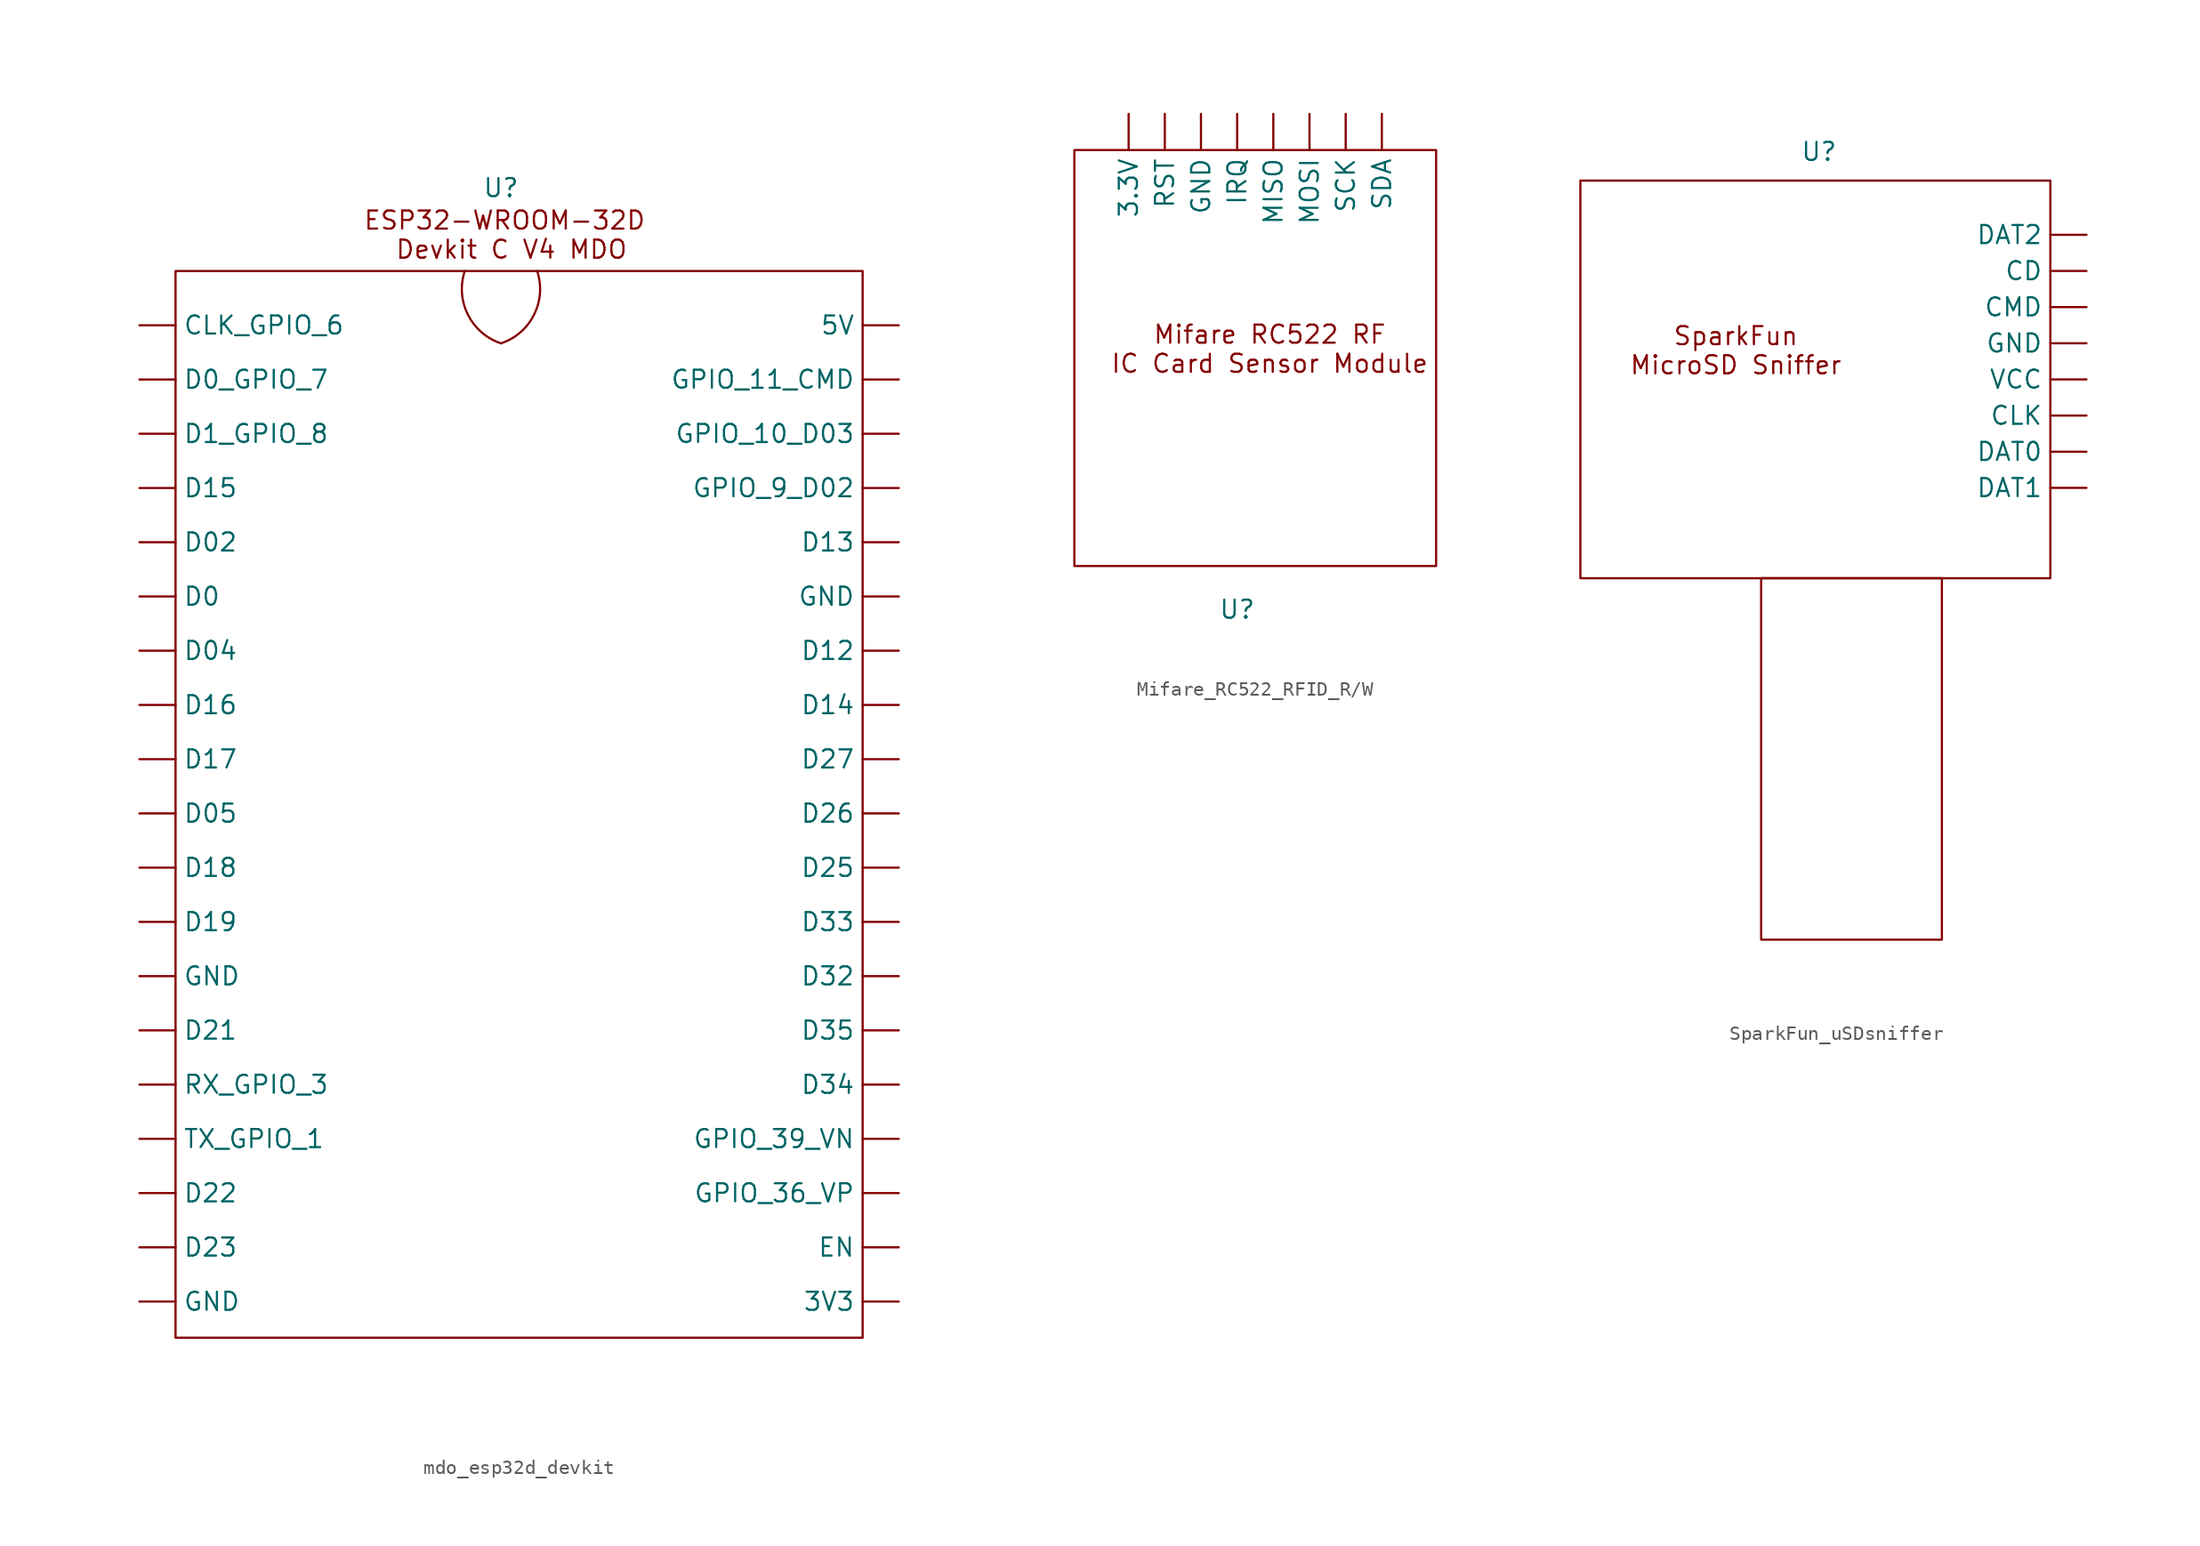
<source format=kicad_sym>
(kicad_symbol_lib
  (version 20231120)
  (generator "kicad_symbol_editor")
  (generator_version "8.0")
  (symbol "mdo_esp32d_devkit"
    (property "Reference" "U"
      (at 0 40.132 0)
      (effects (font (size 1.27 1.27))))
    (property "Value" ""
      (at 20.32 -3.81 0)
      (effects (font (size 1.27 1.27))))
    (symbol "mdo_esp32d_devkit_0_1"
      (rectangle (start -22.86 34.29) (end 25.4 -40.64) (stroke (width 0) (type default)) (fill (type none))))
    (symbol "mdo_esp32d_devkit_1_1"
      (arc (start -2.54 34.29) (mid -2.322 31.224) (end 0 29.21) (stroke (width 0) (type default)) (fill (type none)))
      (arc (start 0 29.21) (mid 2.3221 31.2239) (end 2.54 34.29) (stroke (width 0) (type default)) (fill (type none)))
      (text "ESP32-WROOM-32D\n Devkit C V4 MDO" (at 0.254 36.83 0) (effects (font (size 1.27 1.27))))
      (pin power_out line (at 27.94 -38.1 180) (length 2.54) (name "3V3" (effects (font (size 1.27 1.27)))) (number "" (effects (font (size 1.27 1.27)))))
      (pin power_in line (at 27.94 30.48 180) (length 2.54) (name "5V" (effects (font (size 1.27 1.27)))) (number "" (effects (font (size 1.27 1.27)))))
      (pin bidirectional line (at -25.4 30.48 0) (length 2.54) (name "CLK_GPIO_6" (effects (font (size 1.27 1.27)))) (number "" (effects (font (size 1.27 1.27)))))
      (pin bidirectional line (at -25.4 11.43 0) (length 2.54) (name "D0" (effects (font (size 1.27 1.27)))) (number "" (effects (font (size 1.27 1.27)))))
      (pin bidirectional line (at -25.4 15.24 0) (length 2.54) (name "D02" (effects (font (size 1.27 1.27)))) (number "" (effects (font (size 1.27 1.27)))))
      (pin bidirectional line (at -25.4 7.62 0) (length 2.54) (name "D04" (effects (font (size 1.27 1.27)))) (number "" (effects (font (size 1.27 1.27)))))
      (pin bidirectional line (at -25.4 -3.81 0) (length 2.54) (name "D05" (effects (font (size 1.27 1.27)))) (number "" (effects (font (size 1.27 1.27)))))
      (pin bidirectional line (at -25.4 26.67 0) (length 2.54) (name "D0_GPIO_7" (effects (font (size 1.27 1.27)))) (number "" (effects (font (size 1.27 1.27)))))
      (pin bidirectional line (at 27.94 7.62 180) (length 2.54) (name "D12" (effects (font (size 1.27 1.27)))) (number "" (effects (font (size 1.27 1.27)))))
      (pin bidirectional line (at 27.94 15.24 180) (length 2.54) (name "D13" (effects (font (size 1.27 1.27)))) (number "" (effects (font (size 1.27 1.27)))))
      (pin bidirectional line (at 27.94 3.81 180) (length 2.54) (name "D14" (effects (font (size 1.27 1.27)))) (number "" (effects (font (size 1.27 1.27)))))
      (pin bidirectional line (at -25.4 19.05 0) (length 2.54) (name "D15" (effects (font (size 1.27 1.27)))) (number "" (effects (font (size 1.27 1.27)))))
      (pin bidirectional line (at -25.4 3.81 0) (length 2.54) (name "D16" (effects (font (size 1.27 1.27)))) (number "" (effects (font (size 1.27 1.27)))))
      (pin bidirectional line (at -25.4 0 0) (length 2.54) (name "D17" (effects (font (size 1.27 1.27)))) (number "" (effects (font (size 1.27 1.27)))))
      (pin bidirectional line (at -25.4 -7.62 0) (length 2.54) (name "D18" (effects (font (size 1.27 1.27)))) (number "" (effects (font (size 1.27 1.27)))))
      (pin bidirectional line (at -25.4 -11.43 0) (length 2.54) (name "D19" (effects (font (size 1.27 1.27)))) (number "" (effects (font (size 1.27 1.27)))))
      (pin bidirectional line (at -25.4 22.86 0) (length 2.54) (name "D1_GPIO_8" (effects (font (size 1.27 1.27)))) (number "" (effects (font (size 1.27 1.27)))))
      (pin bidirectional line (at -25.4 -19.05 0) (length 2.54) (name "D21" (effects (font (size 1.27 1.27)))) (number "" (effects (font (size 1.27 1.27)))))
      (pin bidirectional line (at -25.4 -30.48 0) (length 2.54) (name "D22" (effects (font (size 1.27 1.27)))) (number "" (effects (font (size 1.27 1.27)))))
      (pin bidirectional line (at -25.4 -34.29 0) (length 2.54) (name "D23" (effects (font (size 1.27 1.27)))) (number "" (effects (font (size 1.27 1.27)))))
      (pin bidirectional line (at 27.94 -7.62 180) (length 2.54) (name "D25" (effects (font (size 1.27 1.27)))) (number "" (effects (font (size 1.27 1.27)))))
      (pin bidirectional line (at 27.94 -3.81 180) (length 2.54) (name "D26" (effects (font (size 1.27 1.27)))) (number "" (effects (font (size 1.27 1.27)))))
      (pin bidirectional line (at 27.94 0 180) (length 2.54) (name "D27" (effects (font (size 1.27 1.27)))) (number "" (effects (font (size 1.27 1.27)))))
      (pin bidirectional line (at 27.94 -15.24 180) (length 2.54) (name "D32" (effects (font (size 1.27 1.27)))) (number "" (effects (font (size 1.27 1.27)))))
      (pin bidirectional line (at 27.94 -11.43 180) (length 2.54) (name "D33" (effects (font (size 1.27 1.27)))) (number "" (effects (font (size 1.27 1.27)))))
      (pin bidirectional line (at 27.94 -22.86 180) (length 2.54) (name "D34" (effects (font (size 1.27 1.27)))) (number "" (effects (font (size 1.27 1.27)))))
      (pin bidirectional line (at 27.94 -19.05 180) (length 2.54) (name "D35" (effects (font (size 1.27 1.27)))) (number "" (effects (font (size 1.27 1.27)))))
      (pin bidirectional line (at 27.94 -34.29 180) (length 2.54) (name "EN" (effects (font (size 1.27 1.27)))) (number "" (effects (font (size 1.27 1.27)))))
      (pin power_in line (at -25.4 -38.1 0) (length 2.54) (name "GND" (effects (font (size 1.27 1.27)))) (number "" (effects (font (size 1.27 1.27)))))
      (pin power_in line (at -25.4 -15.24 0) (length 2.54) (name "GND" (effects (font (size 1.27 1.27)))) (number "" (effects (font (size 1.27 1.27)))))
      (pin power_in line (at 27.94 11.43 180) (length 2.54) (name "GND" (effects (font (size 1.27 1.27)))) (number "" (effects (font (size 1.27 1.27)))))
      (pin bidirectional line (at 27.94 22.86 180) (length 2.54) (name "GPIO_10_D03" (effects (font (size 1.27 1.27)))) (number "" (effects (font (size 1.27 1.27)))))
      (pin output line (at 27.94 26.67 180) (length 2.54) (name "GPIO_11_CMD" (effects (font (size 1.27 1.27)))) (number "" (effects (font (size 1.27 1.27)))))
      (pin input line (at 27.94 -30.48 180) (length 2.54) (name "GPIO_36_VP" (effects (font (size 1.27 1.27)))) (number "" (effects (font (size 1.27 1.27)))))
      (pin input line (at 27.94 -26.67 180) (length 2.54) (name "GPIO_39_VN" (effects (font (size 1.27 1.27)))) (number "" (effects (font (size 1.27 1.27)))))
      (pin bidirectional line (at 27.94 19.05 180) (length 2.54) (name "GPIO_9_D02" (effects (font (size 1.27 1.27)))) (number "" (effects (font (size 1.27 1.27)))))
      (pin input line (at -25.4 -22.86 0) (length 2.54) (name "RX_GPIO_3" (effects (font (size 1.27 1.27)))) (number "" (effects (font (size 1.27 1.27)))))
      (pin output line (at -25.4 -26.67 0) (length 2.54) (name "TX_GPIO_1" (effects (font (size 1.27 1.27)))) (number "" (effects (font (size 1.27 1.27)))))))
  (symbol "Mifare_RC522_RFID_R/W"
    (property "Reference" "U"
      (at -1.27 -18.288 0)
      (effects (font (size 1.27 1.27))))
    (property "Value" ""
      (at -5.08 -1.27 0)
      (effects (font (size 1.27 1.27))))
    (symbol "Mifare_RC522_RFID_R/W_0_1"
      (rectangle (start -12.7 13.97) (end 12.7 -15.24) (stroke (width 0) (type default)) (fill (type none))))
    (symbol "Mifare_RC522_RFID_R/W_1_1"
      (text "Mifare RC522 RF\nIC Card Sensor Module" (at 1.016 0 0) (effects (font (size 1.27 1.27))))
      (pin power_in line (at -8.89 16.51 270) (length 2.54) (name "3.3V" (effects (font (size 1.27 1.27)))) (number "" (effects (font (size 1.27 1.27)))))
      (pin power_in line (at -3.81 16.51 270) (length 2.54) (name "GND" (effects (font (size 1.27 1.27)))) (number "" (effects (font (size 1.27 1.27)))))
      (pin output line (at -1.27 16.51 270) (length 2.54) (name "IRQ" (effects (font (size 1.27 1.27)))) (number "" (effects (font (size 1.27 1.27)))))
      (pin output line (at 1.27 16.51 270) (length 2.54) (name "MISO" (effects (font (size 1.27 1.27)))) (number "" (effects (font (size 1.27 1.27)))))
      (pin input line (at 3.81 16.51 270) (length 2.54) (name "MOSI" (effects (font (size 1.27 1.27)))) (number "" (effects (font (size 1.27 1.27)))))
      (pin input line (at -6.35 16.51 270) (length 2.54) (name "RST" (effects (font (size 1.27 1.27)))) (number "" (effects (font (size 1.27 1.27)))))
      (pin input line (at 6.35 16.51 270) (length 2.54) (name "SCK" (effects (font (size 1.27 1.27)))) (number "" (effects (font (size 1.27 1.27)))))
      (pin input line (at 8.89 16.51 270) (length 2.54) (name "SDA" (effects (font (size 1.27 1.27)))) (number "" (effects (font (size 1.27 1.27)))))))
  (symbol "SparkFun_uSDsniffer"
    (pin_numbers hide)
    (property "Reference" "U"
      (at -1.016 18.542 0)
      (effects (font (size 1.27 1.27))))
    (property "Value" ""
      (at 10.16 6.35 0)
      (effects (font (size 1.27 1.27))))
    (symbol "SparkFun_uSDsniffer_0_1"
      (rectangle (start -17.78 16.51) (end 15.24 -11.43) (stroke (width 0) (type default)) (fill (type none)))
      (rectangle (start -5.08 -11.43) (end 7.62 -36.83) (stroke (width 0) (type default)) (fill (type none))))
    (symbol "SparkFun_uSDsniffer_1_1"
      (text "SparkFun\nMicroSD Sniffer" (at -6.858 4.572 0) (effects (font (size 1.27 1.27))))
      (pin output line (at 17.78 10.16 180) (length 2.54) (name "CD" (effects (font (size 1.27 1.27)))) (number "" (effects (font (size 1.27 1.27)))))
      (pin output line (at 17.78 0 180) (length 2.54) (name "CLK" (effects (font (size 1.27 1.27)))) (number "" (effects (font (size 1.27 1.27)))))
      (pin output line (at 17.78 7.62 180) (length 2.54) (name "CMD" (effects (font (size 1.27 1.27)))) (number "" (effects (font (size 1.27 1.27)))))
      (pin bidirectional line (at 17.78 -2.54 180) (length 2.54) (name "DAT0" (effects (font (size 1.27 1.27)))) (number "" (effects (font (size 1.27 1.27)))))
      (pin bidirectional line (at 17.78 -5.08 180) (length 2.54) (name "DAT1" (effects (font (size 1.27 1.27)))) (number "" (effects (font (size 1.27 1.27)))))
      (pin bidirectional line (at 17.78 12.7 180) (length 2.54) (name "DAT2" (effects (font (size 1.27 1.27)))) (number "" (effects (font (size 1.27 1.27)))))
      (pin power_out line (at 17.78 5.08 180) (length 2.54) (name "GND" (effects (font (size 1.27 1.27)))) (number "" (effects (font (size 1.27 1.27)))))
      (pin power_out line (at 17.78 2.54 180) (length 2.54) (name "VCC" (effects (font (size 1.27 1.27)))) (number "" (effects (font (size 1.27 1.27))))))))
</source>
